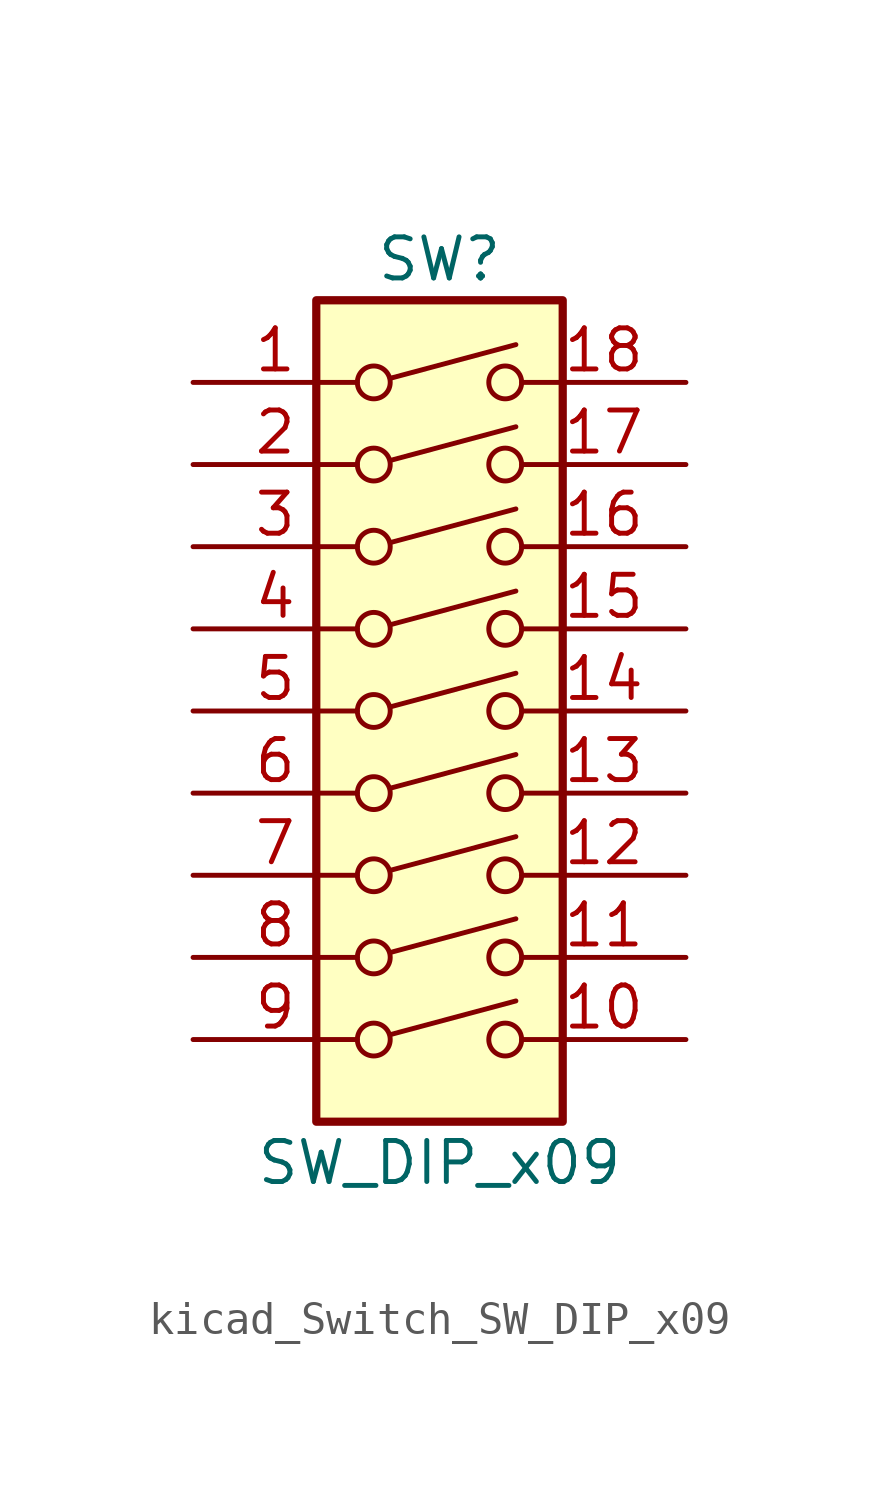
<source format=kicad_sym>
(kicad_symbol_lib
  (version 20220914)
  (generator kicad_symbol_editor)
  (symbol "kicad_Switch_SW_DIP_x09"
    (pin_names
      (offset 0) hide)
    (property "Reference" "SW"
      (at 0 13.97 0)
      (effects (font (size 1.27 1.27))))
    (property "Value" "SW_DIP_x09"
      (at 0 -13.97 0)
      (effects (font (size 1.27 1.27))))
    (symbol "kicad_Switch_SW_DIP_x09_0_0"
      (circle (center -2.032 -10.16) (radius 0.508) (stroke (width 0) (type default)) (fill (type none)))
      (circle (center -2.032 -7.62) (radius 0.508) (stroke (width 0) (type default)) (fill (type none)))
      (circle (center -2.032 -5.08) (radius 0.508) (stroke (width 0) (type default)) (fill (type none)))
      (circle (center -2.032 -2.54) (radius 0.508) (stroke (width 0) (type default)) (fill (type none)))
      (circle (center -2.032 0) (radius 0.508) (stroke (width 0) (type default)) (fill (type none)))
      (circle (center -2.032 2.54) (radius 0.508) (stroke (width 0) (type default)) (fill (type none)))
      (circle (center -2.032 5.08) (radius 0.508) (stroke (width 0) (type default)) (fill (type none)))
      (circle (center -2.032 7.62) (radius 0.508) (stroke (width 0) (type default)) (fill (type none)))
      (circle (center -2.032 10.16) (radius 0.508) (stroke (width 0) (type default)) (fill (type none)))
      (polyline (pts (xy -1.524 -10.008) (xy 2.362 -8.966)) (stroke (width 0) (type default)) (fill (type none)))
      (polyline (pts (xy -1.524 -7.468) (xy 2.362 -6.426)) (stroke (width 0) (type default)) (fill (type none)))
      (polyline (pts (xy -1.524 -4.928) (xy 2.362 -3.886)) (stroke (width 0) (type default)) (fill (type none)))
      (polyline (pts (xy -1.524 -2.388) (xy 2.362 -1.346)) (stroke (width 0) (type default)) (fill (type none)))
      (polyline (pts (xy -1.524 0.127) (xy 2.362 1.168)) (stroke (width 0) (type default)) (fill (type none)))
      (polyline (pts (xy -1.524 2.667) (xy 2.362 3.708)) (stroke (width 0) (type default)) (fill (type none)))
      (polyline (pts (xy -1.524 5.207) (xy 2.362 6.248)) (stroke (width 0) (type default)) (fill (type none)))
      (polyline (pts (xy -1.524 7.747) (xy 2.362 8.788)) (stroke (width 0) (type default)) (fill (type none)))
      (polyline (pts (xy -1.524 10.287) (xy 2.362 11.328)) (stroke (width 0) (type default)) (fill (type none)))
      (circle (center 2.032 -10.16) (radius 0.508) (stroke (width 0) (type default)) (fill (type none)))
      (circle (center 2.032 -7.62) (radius 0.508) (stroke (width 0) (type default)) (fill (type none)))
      (circle (center 2.032 -5.08) (radius 0.508) (stroke (width 0) (type default)) (fill (type none)))
      (circle (center 2.032 -2.54) (radius 0.508) (stroke (width 0) (type default)) (fill (type none)))
      (circle (center 2.032 0) (radius 0.508) (stroke (width 0) (type default)) (fill (type none)))
      (circle (center 2.032 2.54) (radius 0.508) (stroke (width 0) (type default)) (fill (type none)))
      (circle (center 2.032 5.08) (radius 0.508) (stroke (width 0) (type default)) (fill (type none)))
      (circle (center 2.032 7.62) (radius 0.508) (stroke (width 0) (type default)) (fill (type none)))
      (circle (center 2.032 10.16) (radius 0.508) (stroke (width 0) (type default)) (fill (type none))))
    (symbol "kicad_Switch_SW_DIP_x09_0_1"
      (rectangle (start -3.81 12.7) (end 3.81 -12.7) (stroke (width 0.254) (type default)) (fill (type background))))
    (symbol "kicad_Switch_SW_DIP_x09_1_1"
      (pin passive line (at -7.62 10.16 0) (length 5.08) (name "~" (effects (font (size 1.27 1.27)))) (number "1" (effects (font (size 1.27 1.27)))))
      (pin passive line (at 7.62 -10.16 180) (length 5.08) (name "~" (effects (font (size 1.27 1.27)))) (number "10" (effects (font (size 1.27 1.27)))))
      (pin passive line (at 7.62 -7.62 180) (length 5.08) (name "~" (effects (font (size 1.27 1.27)))) (number "11" (effects (font (size 1.27 1.27)))))
      (pin passive line (at 7.62 -5.08 180) (length 5.08) (name "~" (effects (font (size 1.27 1.27)))) (number "12" (effects (font (size 1.27 1.27)))))
      (pin passive line (at 7.62 -2.54 180) (length 5.08) (name "~" (effects (font (size 1.27 1.27)))) (number "13" (effects (font (size 1.27 1.27)))))
      (pin passive line (at 7.62 0 180) (length 5.08) (name "~" (effects (font (size 1.27 1.27)))) (number "14" (effects (font (size 1.27 1.27)))))
      (pin passive line (at 7.62 2.54 180) (length 5.08) (name "~" (effects (font (size 1.27 1.27)))) (number "15" (effects (font (size 1.27 1.27)))))
      (pin passive line (at 7.62 5.08 180) (length 5.08) (name "~" (effects (font (size 1.27 1.27)))) (number "16" (effects (font (size 1.27 1.27)))))
      (pin passive line (at 7.62 7.62 180) (length 5.08) (name "~" (effects (font (size 1.27 1.27)))) (number "17" (effects (font (size 1.27 1.27)))))
      (pin passive line (at 7.62 10.16 180) (length 5.08) (name "~" (effects (font (size 1.27 1.27)))) (number "18" (effects (font (size 1.27 1.27)))))
      (pin passive line (at -7.62 7.62 0) (length 5.08) (name "~" (effects (font (size 1.27 1.27)))) (number "2" (effects (font (size 1.27 1.27)))))
      (pin passive line (at -7.62 5.08 0) (length 5.08) (name "~" (effects (font (size 1.27 1.27)))) (number "3" (effects (font (size 1.27 1.27)))))
      (pin passive line (at -7.62 2.54 0) (length 5.08) (name "~" (effects (font (size 1.27 1.27)))) (number "4" (effects (font (size 1.27 1.27)))))
      (pin passive line (at -7.62 0 0) (length 5.08) (name "~" (effects (font (size 1.27 1.27)))) (number "5" (effects (font (size 1.27 1.27)))))
      (pin passive line (at -7.62 -2.54 0) (length 5.08) (name "~" (effects (font (size 1.27 1.27)))) (number "6" (effects (font (size 1.27 1.27)))))
      (pin passive line (at -7.62 -5.08 0) (length 5.08) (name "~" (effects (font (size 1.27 1.27)))) (number "7" (effects (font (size 1.27 1.27)))))
      (pin passive line (at -7.62 -7.62 0) (length 5.08) (name "~" (effects (font (size 1.27 1.27)))) (number "8" (effects (font (size 1.27 1.27)))))
      (pin passive line (at -7.62 -10.16 0) (length 5.08) (name "~" (effects (font (size 1.27 1.27)))) (number "9" (effects (font (size 1.27 1.27))))))))
</source>
